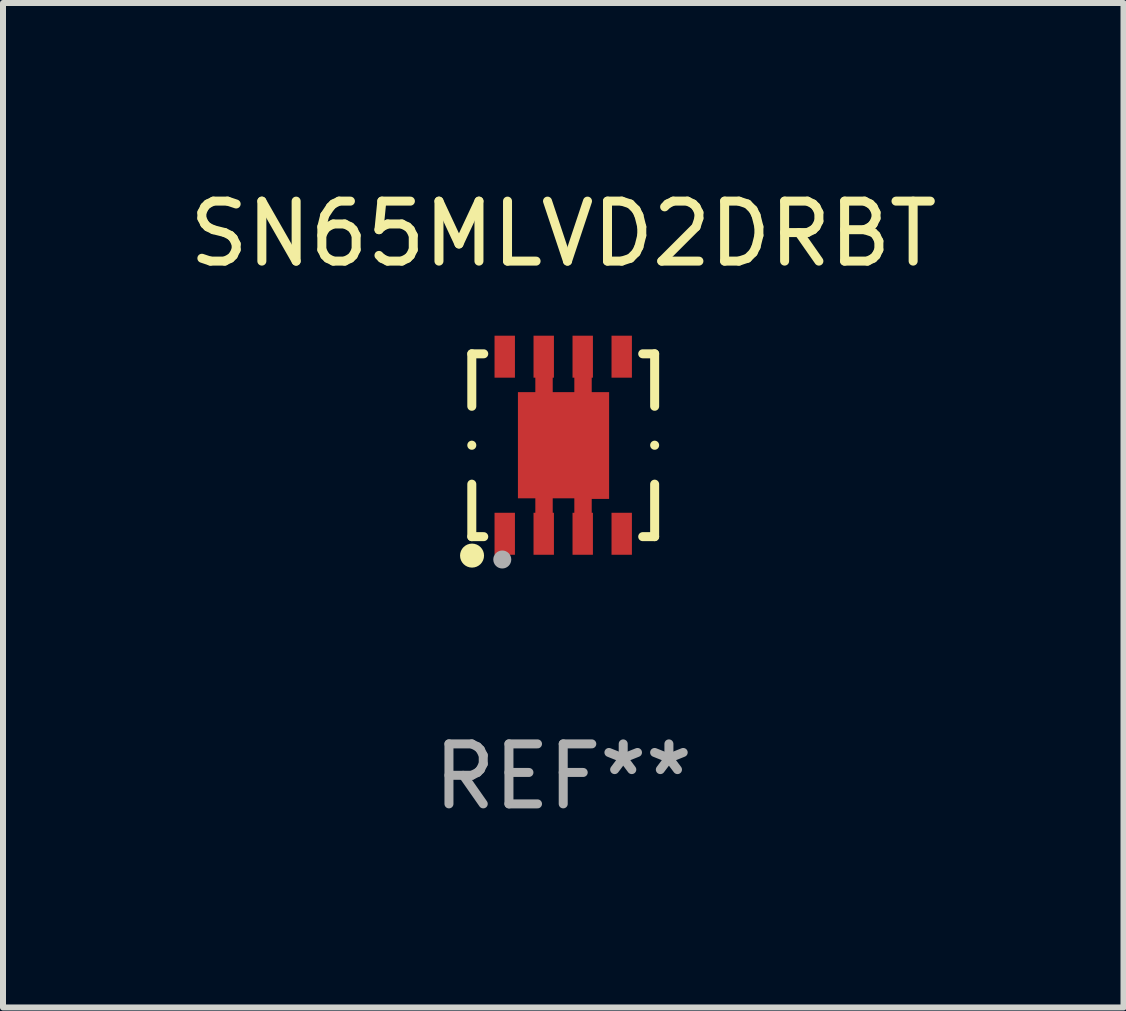
<source format=kicad_pcb>
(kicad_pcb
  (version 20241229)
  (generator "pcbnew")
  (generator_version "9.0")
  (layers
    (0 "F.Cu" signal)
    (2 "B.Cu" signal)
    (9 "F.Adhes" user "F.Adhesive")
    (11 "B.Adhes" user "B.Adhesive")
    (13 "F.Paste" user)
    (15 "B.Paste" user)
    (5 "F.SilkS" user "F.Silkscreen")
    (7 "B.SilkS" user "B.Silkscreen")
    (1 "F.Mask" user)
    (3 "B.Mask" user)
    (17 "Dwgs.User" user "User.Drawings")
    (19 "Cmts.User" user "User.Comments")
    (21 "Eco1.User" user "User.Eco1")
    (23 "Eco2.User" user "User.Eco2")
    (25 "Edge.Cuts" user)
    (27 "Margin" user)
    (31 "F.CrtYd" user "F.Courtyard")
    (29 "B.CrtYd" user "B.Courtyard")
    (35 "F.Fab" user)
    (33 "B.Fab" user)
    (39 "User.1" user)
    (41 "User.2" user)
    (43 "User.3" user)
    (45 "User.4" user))
  (footprint "SN65MLVD2DRBT"
    (layer "F.Cu")
    (at 6.339 4.372)
    (property "Reference" "SN65MLVD2DRBT" (at 0 -3.524 0) (layer "F.SilkS") (effects (font (size 1 1) (thickness 0.15))))
    (attr through_hole)
    (fp_line (start -1.524 -1.524) (end -1.524 -0.649) (stroke (width 0.15) (type solid)) (layer "F.SilkS"))
    (fp_line (start -1.524 -0.001) (end -1.524 0.001) (stroke (width 0.15) (type solid)) (layer "F.SilkS"))
    (fp_line (start -1.524 0.649) (end -1.524 1.524) (stroke (width 0.15) (type solid)) (layer "F.SilkS"))
    (fp_line (start -1.524 1.524) (end -1.325 1.524) (stroke (width 0.15) (type solid)) (layer "F.SilkS"))
    (fp_line (start -1.325 -1.524) (end -1.524 -1.524) (stroke (width 0.15) (type solid)) (layer "F.SilkS"))
    (fp_line (start 1.325 1.524) (end 1.524 1.524) (stroke (width 0.15) (type solid)) (layer "F.SilkS"))
    (fp_line (start 1.524 -1.524) (end 1.325 -1.524) (stroke (width 0.15) (type solid)) (layer "F.SilkS"))
    (fp_line (start 1.524 -0.649) (end 1.524 -1.524) (stroke (width 0.15) (type solid)) (layer "F.SilkS"))
    (fp_line (start 1.524 0.001) (end 1.524 -0.001) (stroke (width 0.15) (type solid)) (layer "F.SilkS"))
    (fp_line (start 1.524 1.524) (end 1.524 0.649) (stroke (width 0.15) (type solid)) (layer "F.SilkS"))
    (fp_circle (center -1.52 1.84) (end -1.42 1.84) (stroke (width 0.2) (type solid)) (fill no) (layer "F.SilkS"))
    (fp_circle (center -1.5 1.526) (end -1.47 1.526) (stroke (width 0.06) (type solid)) (fill no) (layer "F.SilkS"))
    (fp_circle (center -1.016 1.905) (end -0.941 1.905) (stroke (width 0.15) (type solid)) (fill no) (layer "F.Fab"))
    (fp_text user "REF**" (at 0 5.524 0) (layer "F.Fab") (effects (font (size 1 1) (thickness 0.15))))
    (pad "1" smd rect (at -0.975 1.476) (size 0.34 0.7) (layers "F.Cu" "F.Mask" "F.Paste"))
    (pad "2" smd rect (at -0.325 1.476) (size 0.34 0.7) (layers "F.Cu" "F.Mask" "F.Paste"))
    (pad "3" smd rect (at 0.325 1.476) (size 0.34 0.7) (layers "F.Cu" "F.Mask" "F.Paste"))
    (pad "4" smd rect (at 0.975 1.476) (size 0.34 0.7) (layers "F.Cu" "F.Mask" "F.Paste"))
    (pad "5" smd rect (at 0.975 -1.476 180) (size 0.34 0.7) (layers "F.Cu" "F.Mask" "F.Paste"))
    (pad "6" smd rect (at 0.325 -1.476 180) (size 0.34 0.7) (layers "F.Cu" "F.Mask" "F.Paste"))
    (pad "7" smd rect (at -0.325 -1.476 180) (size 0.34 0.7) (layers "F.Cu" "F.Mask" "F.Paste"))
    (pad "8" smd rect (at -0.975 -1.476 180) (size 0.34 0.7) (layers "F.Cu" "F.Mask" "F.Paste"))
    (pad "9" smd custom (at 0.005 0 90) (size 1.52 3.42) (layers "F.Cu" "F.Mask" "F.Paste") (options (anchor circle)) (primitives (gr_poly (pts (xy -0.895 0.76) (xy -0.895 0.47) (xy -1.715 0.47) (xy -1.715 0.18) (xy -0.885 0.18) (xy -0.885 -0.18) (xy -1.715 -0.18) (xy -1.715 -0.47) (xy -0.885 -0.47) (xy -0.885 -0.76) (xy 0.885 -0.76) (xy 0.885 -0.47) (xy 1.705 -0.47) (xy 1.705 -0.18) (xy 0.885 -0.18) (xy 0.885 0.18) (xy 1.705 0.18) (xy 1.705 0.47) (xy 0.885 0.47) (xy 0.885 0.76) (xy -0.895 0.76) (xy -0.895 0.76)) (width 0) (fill yes)))))
  (gr_rect
    (start -3 -3)
    (end 15.679 13.745)
    (stroke (width 0.1) (type default))
    (fill no)
    (layer "Edge.Cuts")))
</source>
